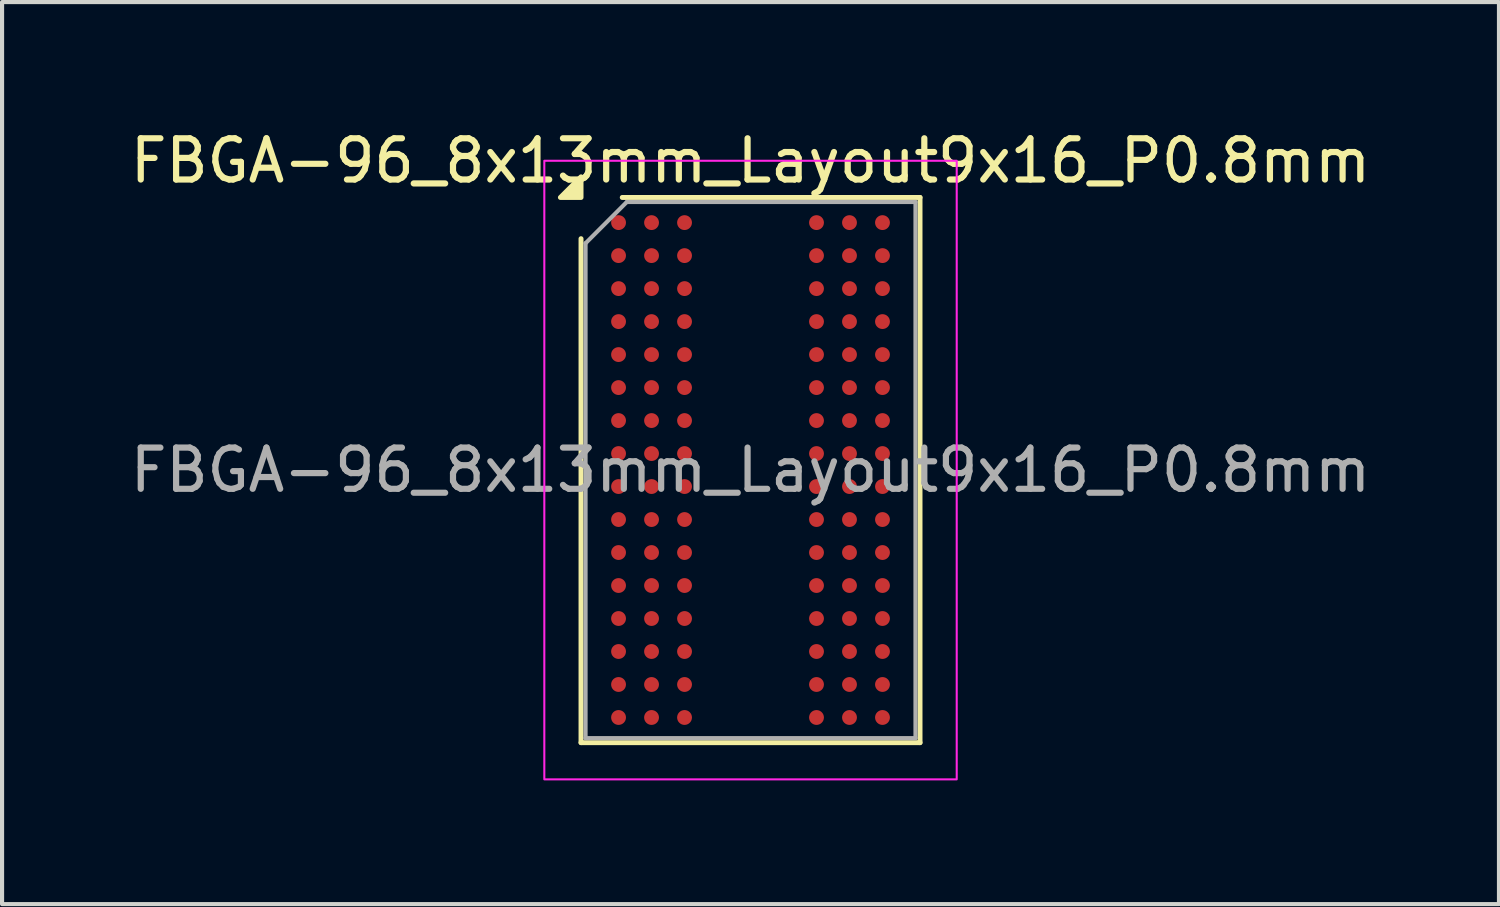
<source format=kicad_pcb>
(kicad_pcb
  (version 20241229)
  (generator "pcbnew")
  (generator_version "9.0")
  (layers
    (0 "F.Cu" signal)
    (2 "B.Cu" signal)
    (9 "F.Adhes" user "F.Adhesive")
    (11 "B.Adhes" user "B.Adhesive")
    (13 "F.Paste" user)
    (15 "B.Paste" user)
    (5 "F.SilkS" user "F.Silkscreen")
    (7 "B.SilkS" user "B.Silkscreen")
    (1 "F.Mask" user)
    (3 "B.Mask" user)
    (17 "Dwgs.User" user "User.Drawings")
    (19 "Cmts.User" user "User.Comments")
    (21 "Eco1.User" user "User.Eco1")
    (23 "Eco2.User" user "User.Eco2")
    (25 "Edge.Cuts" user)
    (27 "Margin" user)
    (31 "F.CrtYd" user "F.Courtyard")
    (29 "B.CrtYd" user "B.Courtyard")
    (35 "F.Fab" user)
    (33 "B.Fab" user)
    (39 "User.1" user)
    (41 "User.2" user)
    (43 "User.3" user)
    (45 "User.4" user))
  (footprint "FBGA-96_8x13mm_Layout9x16_P0.8mm"
    (layer "F.Cu")
    (at 15.149 8.348)
    (property "Reference" "FBGA-96_8x13mm_Layout9x16_P0.8mm" (at 0 -7.5 0) (layer "F.SilkS") (effects (font (size 1 1) (thickness 0.15))))
    (attr smd)
    (fp_line (start -4.11 6.61) (end -4.11 -5.61) (stroke (width 0.12) (type solid)) (layer "F.SilkS"))
    (fp_line (start -3.11 -6.61) (end 4.11 -6.61) (stroke (width 0.12) (type solid)) (layer "F.SilkS"))
    (fp_line (start 4.11 -6.61) (end 4.11 6.61) (stroke (width 0.12) (type solid)) (layer "F.SilkS"))
    (fp_line (start 4.11 6.61) (end -4.11 6.61) (stroke (width 0.12) (type solid)) (layer "F.SilkS"))
    (fp_poly (pts (xy -4.11 -6.61) (xy -4.61 -6.61) (xy -4.11 -7.11)) (stroke (width 0.12) (type solid)) (fill yes) (layer "F.SilkS"))
    (fp_rect (start -5 -7.5) (end 5 7.5) (stroke (width 0.05) (type solid)) (fill no) (layer "F.CrtYd"))
    (fp_line (start -4 -5.5) (end -3 -6.5) (stroke (width 0.1) (type solid)) (layer "F.Fab"))
    (fp_line (start -4 6.5) (end -4 -5.5) (stroke (width 0.1) (type solid)) (layer "F.Fab"))
    (fp_line (start -3 -6.5) (end 4 -6.5) (stroke (width 0.1) (type solid)) (layer "F.Fab"))
    (fp_line (start 4 -6.5) (end 4 6.5) (stroke (width 0.1) (type solid)) (layer "F.Fab"))
    (fp_line (start 4 6.5) (end -4 6.5) (stroke (width 0.1) (type solid)) (layer "F.Fab"))
    (fp_text user "${REFERENCE}" (at 0 0 0) (layer "F.Fab") (effects (font (size 1 1) (thickness 0.15))))
    (pad "A1" smd circle (at -3.2 -6) (size 0.36 0.36) (property pad_prop_bga) (layers "F.Cu" "F.Mask" "F.Paste"))
    (pad "A2" smd circle (at -2.4 -6) (size 0.36 0.36) (property pad_prop_bga) (layers "F.Cu" "F.Mask" "F.Paste"))
    (pad "A3" smd circle (at -1.6 -6) (size 0.36 0.36) (property pad_prop_bga) (layers "F.Cu" "F.Mask" "F.Paste"))
    (pad "A7" smd circle (at 1.6 -6) (size 0.36 0.36) (property pad_prop_bga) (layers "F.Cu" "F.Mask" "F.Paste"))
    (pad "A8" smd circle (at 2.4 -6) (size 0.36 0.36) (property pad_prop_bga) (layers "F.Cu" "F.Mask" "F.Paste"))
    (pad "A9" smd circle (at 3.2 -6) (size 0.36 0.36) (property pad_prop_bga) (layers "F.Cu" "F.Mask" "F.Paste"))
    (pad "B1" smd circle (at -3.2 -5.2) (size 0.36 0.36) (property pad_prop_bga) (layers "F.Cu" "F.Mask" "F.Paste"))
    (pad "B2" smd circle (at -2.4 -5.2) (size 0.36 0.36) (property pad_prop_bga) (layers "F.Cu" "F.Mask" "F.Paste"))
    (pad "B3" smd circle (at -1.6 -5.2) (size 0.36 0.36) (property pad_prop_bga) (layers "F.Cu" "F.Mask" "F.Paste"))
    (pad "B7" smd circle (at 1.6 -5.2) (size 0.36 0.36) (property pad_prop_bga) (layers "F.Cu" "F.Mask" "F.Paste"))
    (pad "B8" smd circle (at 2.4 -5.2) (size 0.36 0.36) (property pad_prop_bga) (layers "F.Cu" "F.Mask" "F.Paste"))
    (pad "B9" smd circle (at 3.2 -5.2) (size 0.36 0.36) (property pad_prop_bga) (layers "F.Cu" "F.Mask" "F.Paste"))
    (pad "C1" smd circle (at -3.2 -4.4) (size 0.36 0.36) (property pad_prop_bga) (layers "F.Cu" "F.Mask" "F.Paste"))
    (pad "C2" smd circle (at -2.4 -4.4) (size 0.36 0.36) (property pad_prop_bga) (layers "F.Cu" "F.Mask" "F.Paste"))
    (pad "C3" smd circle (at -1.6 -4.4) (size 0.36 0.36) (property pad_prop_bga) (layers "F.Cu" "F.Mask" "F.Paste"))
    (pad "C7" smd circle (at 1.6 -4.4) (size 0.36 0.36) (property pad_prop_bga) (layers "F.Cu" "F.Mask" "F.Paste"))
    (pad "C8" smd circle (at 2.4 -4.4) (size 0.36 0.36) (property pad_prop_bga) (layers "F.Cu" "F.Mask" "F.Paste"))
    (pad "C9" smd circle (at 3.2 -4.4) (size 0.36 0.36) (property pad_prop_bga) (layers "F.Cu" "F.Mask" "F.Paste"))
    (pad "D1" smd circle (at -3.2 -3.6) (size 0.36 0.36) (property pad_prop_bga) (layers "F.Cu" "F.Mask" "F.Paste"))
    (pad "D2" smd circle (at -2.4 -3.6) (size 0.36 0.36) (property pad_prop_bga) (layers "F.Cu" "F.Mask" "F.Paste"))
    (pad "D3" smd circle (at -1.6 -3.6) (size 0.36 0.36) (property pad_prop_bga) (layers "F.Cu" "F.Mask" "F.Paste"))
    (pad "D7" smd circle (at 1.6 -3.6) (size 0.36 0.36) (property pad_prop_bga) (layers "F.Cu" "F.Mask" "F.Paste"))
    (pad "D8" smd circle (at 2.4 -3.6) (size 0.36 0.36) (property pad_prop_bga) (layers "F.Cu" "F.Mask" "F.Paste"))
    (pad "D9" smd circle (at 3.2 -3.6) (size 0.36 0.36) (property pad_prop_bga) (layers "F.Cu" "F.Mask" "F.Paste"))
    (pad "E1" smd circle (at -3.2 -2.8) (size 0.36 0.36) (property pad_prop_bga) (layers "F.Cu" "F.Mask" "F.Paste"))
    (pad "E2" smd circle (at -2.4 -2.8) (size 0.36 0.36) (property pad_prop_bga) (layers "F.Cu" "F.Mask" "F.Paste"))
    (pad "E3" smd circle (at -1.6 -2.8) (size 0.36 0.36) (property pad_prop_bga) (layers "F.Cu" "F.Mask" "F.Paste"))
    (pad "E7" smd circle (at 1.6 -2.8) (size 0.36 0.36) (property pad_prop_bga) (layers "F.Cu" "F.Mask" "F.Paste"))
    (pad "E8" smd circle (at 2.4 -2.8) (size 0.36 0.36) (property pad_prop_bga) (layers "F.Cu" "F.Mask" "F.Paste"))
    (pad "E9" smd circle (at 3.2 -2.8) (size 0.36 0.36) (property pad_prop_bga) (layers "F.Cu" "F.Mask" "F.Paste"))
    (pad "F1" smd circle (at -3.2 -2) (size 0.36 0.36) (property pad_prop_bga) (layers "F.Cu" "F.Mask" "F.Paste"))
    (pad "F2" smd circle (at -2.4 -2) (size 0.36 0.36) (property pad_prop_bga) (layers "F.Cu" "F.Mask" "F.Paste"))
    (pad "F3" smd circle (at -1.6 -2) (size 0.36 0.36) (property pad_prop_bga) (layers "F.Cu" "F.Mask" "F.Paste"))
    (pad "F7" smd circle (at 1.6 -2) (size 0.36 0.36) (property pad_prop_bga) (layers "F.Cu" "F.Mask" "F.Paste"))
    (pad "F8" smd circle (at 2.4 -2) (size 0.36 0.36) (property pad_prop_bga) (layers "F.Cu" "F.Mask" "F.Paste"))
    (pad "F9" smd circle (at 3.2 -2) (size 0.36 0.36) (property pad_prop_bga) (layers "F.Cu" "F.Mask" "F.Paste"))
    (pad "G1" smd circle (at -3.2 -1.2) (size 0.36 0.36) (property pad_prop_bga) (layers "F.Cu" "F.Mask" "F.Paste"))
    (pad "G2" smd circle (at -2.4 -1.2) (size 0.36 0.36) (property pad_prop_bga) (layers "F.Cu" "F.Mask" "F.Paste"))
    (pad "G3" smd circle (at -1.6 -1.2) (size 0.36 0.36) (property pad_prop_bga) (layers "F.Cu" "F.Mask" "F.Paste"))
    (pad "G7" smd circle (at 1.6 -1.2) (size 0.36 0.36) (property pad_prop_bga) (layers "F.Cu" "F.Mask" "F.Paste"))
    (pad "G8" smd circle (at 2.4 -1.2) (size 0.36 0.36) (property pad_prop_bga) (layers "F.Cu" "F.Mask" "F.Paste"))
    (pad "G9" smd circle (at 3.2 -1.2) (size 0.36 0.36) (property pad_prop_bga) (layers "F.Cu" "F.Mask" "F.Paste"))
    (pad "H1" smd circle (at -3.2 -0.4) (size 0.36 0.36) (property pad_prop_bga) (layers "F.Cu" "F.Mask" "F.Paste"))
    (pad "H2" smd circle (at -2.4 -0.4) (size 0.36 0.36) (property pad_prop_bga) (layers "F.Cu" "F.Mask" "F.Paste"))
    (pad "H3" smd circle (at -1.6 -0.4) (size 0.36 0.36) (property pad_prop_bga) (layers "F.Cu" "F.Mask" "F.Paste"))
    (pad "H7" smd circle (at 1.6 -0.4) (size 0.36 0.36) (property pad_prop_bga) (layers "F.Cu" "F.Mask" "F.Paste"))
    (pad "H8" smd circle (at 2.4 -0.4) (size 0.36 0.36) (property pad_prop_bga) (layers "F.Cu" "F.Mask" "F.Paste"))
    (pad "H9" smd circle (at 3.2 -0.4) (size 0.36 0.36) (property pad_prop_bga) (layers "F.Cu" "F.Mask" "F.Paste"))
    (pad "J1" smd circle (at -3.2 0.4) (size 0.36 0.36) (property pad_prop_bga) (layers "F.Cu" "F.Mask" "F.Paste"))
    (pad "J2" smd circle (at -2.4 0.4) (size 0.36 0.36) (property pad_prop_bga) (layers "F.Cu" "F.Mask" "F.Paste"))
    (pad "J3" smd circle (at -1.6 0.4) (size 0.36 0.36) (property pad_prop_bga) (layers "F.Cu" "F.Mask" "F.Paste"))
    (pad "J7" smd circle (at 1.6 0.4) (size 0.36 0.36) (property pad_prop_bga) (layers "F.Cu" "F.Mask" "F.Paste"))
    (pad "J8" smd circle (at 2.4 0.4) (size 0.36 0.36) (property pad_prop_bga) (layers "F.Cu" "F.Mask" "F.Paste"))
    (pad "J9" smd circle (at 3.2 0.4) (size 0.36 0.36) (property pad_prop_bga) (layers "F.Cu" "F.Mask" "F.Paste"))
    (pad "K1" smd circle (at -3.2 1.2) (size 0.36 0.36) (property pad_prop_bga) (layers "F.Cu" "F.Mask" "F.Paste"))
    (pad "K2" smd circle (at -2.4 1.2) (size 0.36 0.36) (property pad_prop_bga) (layers "F.Cu" "F.Mask" "F.Paste"))
    (pad "K3" smd circle (at -1.6 1.2) (size 0.36 0.36) (property pad_prop_bga) (layers "F.Cu" "F.Mask" "F.Paste"))
    (pad "K7" smd circle (at 1.6 1.2) (size 0.36 0.36) (property pad_prop_bga) (layers "F.Cu" "F.Mask" "F.Paste"))
    (pad "K8" smd circle (at 2.4 1.2) (size 0.36 0.36) (property pad_prop_bga) (layers "F.Cu" "F.Mask" "F.Paste"))
    (pad "K9" smd circle (at 3.2 1.2) (size 0.36 0.36) (property pad_prop_bga) (layers "F.Cu" "F.Mask" "F.Paste"))
    (pad "L1" smd circle (at -3.2 2) (size 0.36 0.36) (property pad_prop_bga) (layers "F.Cu" "F.Mask" "F.Paste"))
    (pad "L2" smd circle (at -2.4 2) (size 0.36 0.36) (property pad_prop_bga) (layers "F.Cu" "F.Mask" "F.Paste"))
    (pad "L3" smd circle (at -1.6 2) (size 0.36 0.36) (property pad_prop_bga) (layers "F.Cu" "F.Mask" "F.Paste"))
    (pad "L7" smd circle (at 1.6 2) (size 0.36 0.36) (property pad_prop_bga) (layers "F.Cu" "F.Mask" "F.Paste"))
    (pad "L8" smd circle (at 2.4 2) (size 0.36 0.36) (property pad_prop_bga) (layers "F.Cu" "F.Mask" "F.Paste"))
    (pad "L9" smd circle (at 3.2 2) (size 0.36 0.36) (property pad_prop_bga) (layers "F.Cu" "F.Mask" "F.Paste"))
    (pad "M1" smd circle (at -3.2 2.8) (size 0.36 0.36) (property pad_prop_bga) (layers "F.Cu" "F.Mask" "F.Paste"))
    (pad "M2" smd circle (at -2.4 2.8) (size 0.36 0.36) (property pad_prop_bga) (layers "F.Cu" "F.Mask" "F.Paste"))
    (pad "M3" smd circle (at -1.6 2.8) (size 0.36 0.36) (property pad_prop_bga) (layers "F.Cu" "F.Mask" "F.Paste"))
    (pad "M7" smd circle (at 1.6 2.8) (size 0.36 0.36) (property pad_prop_bga) (layers "F.Cu" "F.Mask" "F.Paste"))
    (pad "M8" smd circle (at 2.4 2.8) (size 0.36 0.36) (property pad_prop_bga) (layers "F.Cu" "F.Mask" "F.Paste"))
    (pad "M9" smd circle (at 3.2 2.8) (size 0.36 0.36) (property pad_prop_bga) (layers "F.Cu" "F.Mask" "F.Paste"))
    (pad "N1" smd circle (at -3.2 3.6) (size 0.36 0.36) (property pad_prop_bga) (layers "F.Cu" "F.Mask" "F.Paste"))
    (pad "N2" smd circle (at -2.4 3.6) (size 0.36 0.36) (property pad_prop_bga) (layers "F.Cu" "F.Mask" "F.Paste"))
    (pad "N3" smd circle (at -1.6 3.6) (size 0.36 0.36) (property pad_prop_bga) (layers "F.Cu" "F.Mask" "F.Paste"))
    (pad "N7" smd circle (at 1.6 3.6) (size 0.36 0.36) (property pad_prop_bga) (layers "F.Cu" "F.Mask" "F.Paste"))
    (pad "N8" smd circle (at 2.4 3.6) (size 0.36 0.36) (property pad_prop_bga) (layers "F.Cu" "F.Mask" "F.Paste"))
    (pad "N9" smd circle (at 3.2 3.6) (size 0.36 0.36) (property pad_prop_bga) (layers "F.Cu" "F.Mask" "F.Paste"))
    (pad "P1" smd circle (at -3.2 4.4) (size 0.36 0.36) (property pad_prop_bga) (layers "F.Cu" "F.Mask" "F.Paste"))
    (pad "P2" smd circle (at -2.4 4.4) (size 0.36 0.36) (property pad_prop_bga) (layers "F.Cu" "F.Mask" "F.Paste"))
    (pad "P3" smd circle (at -1.6 4.4) (size 0.36 0.36) (property pad_prop_bga) (layers "F.Cu" "F.Mask" "F.Paste"))
    (pad "P7" smd circle (at 1.6 4.4) (size 0.36 0.36) (property pad_prop_bga) (layers "F.Cu" "F.Mask" "F.Paste"))
    (pad "P8" smd circle (at 2.4 4.4) (size 0.36 0.36) (property pad_prop_bga) (layers "F.Cu" "F.Mask" "F.Paste"))
    (pad "P9" smd circle (at 3.2 4.4) (size 0.36 0.36) (property pad_prop_bga) (layers "F.Cu" "F.Mask" "F.Paste"))
    (pad "R1" smd circle (at -3.2 5.2) (size 0.36 0.36) (property pad_prop_bga) (layers "F.Cu" "F.Mask" "F.Paste"))
    (pad "R2" smd circle (at -2.4 5.2) (size 0.36 0.36) (property pad_prop_bga) (layers "F.Cu" "F.Mask" "F.Paste"))
    (pad "R3" smd circle (at -1.6 5.2) (size 0.36 0.36) (property pad_prop_bga) (layers "F.Cu" "F.Mask" "F.Paste"))
    (pad "R7" smd circle (at 1.6 5.2) (size 0.36 0.36) (property pad_prop_bga) (layers "F.Cu" "F.Mask" "F.Paste"))
    (pad "R8" smd circle (at 2.4 5.2) (size 0.36 0.36) (property pad_prop_bga) (layers "F.Cu" "F.Mask" "F.Paste"))
    (pad "R9" smd circle (at 3.2 5.2) (size 0.36 0.36) (property pad_prop_bga) (layers "F.Cu" "F.Mask" "F.Paste"))
    (pad "T1" smd circle (at -3.2 6) (size 0.36 0.36) (property pad_prop_bga) (layers "F.Cu" "F.Mask" "F.Paste"))
    (pad "T2" smd circle (at -2.4 6) (size 0.36 0.36) (property pad_prop_bga) (layers "F.Cu" "F.Mask" "F.Paste"))
    (pad "T3" smd circle (at -1.6 6) (size 0.36 0.36) (property pad_prop_bga) (layers "F.Cu" "F.Mask" "F.Paste"))
    (pad "T7" smd circle (at 1.6 6) (size 0.36 0.36) (property pad_prop_bga) (layers "F.Cu" "F.Mask" "F.Paste"))
    (pad "T8" smd circle (at 2.4 6) (size 0.36 0.36) (property pad_prop_bga) (layers "F.Cu" "F.Mask" "F.Paste"))
    (pad "T9" smd circle (at 3.2 6) (size 0.36 0.36) (property pad_prop_bga) (layers "F.Cu" "F.Mask" "F.Paste")))
  (gr_rect
    (start -3 -3)
    (end 33.298 18.873)
    (stroke (width 0.1) (type default))
    (fill no)
    (layer "Edge.Cuts")))
</source>
